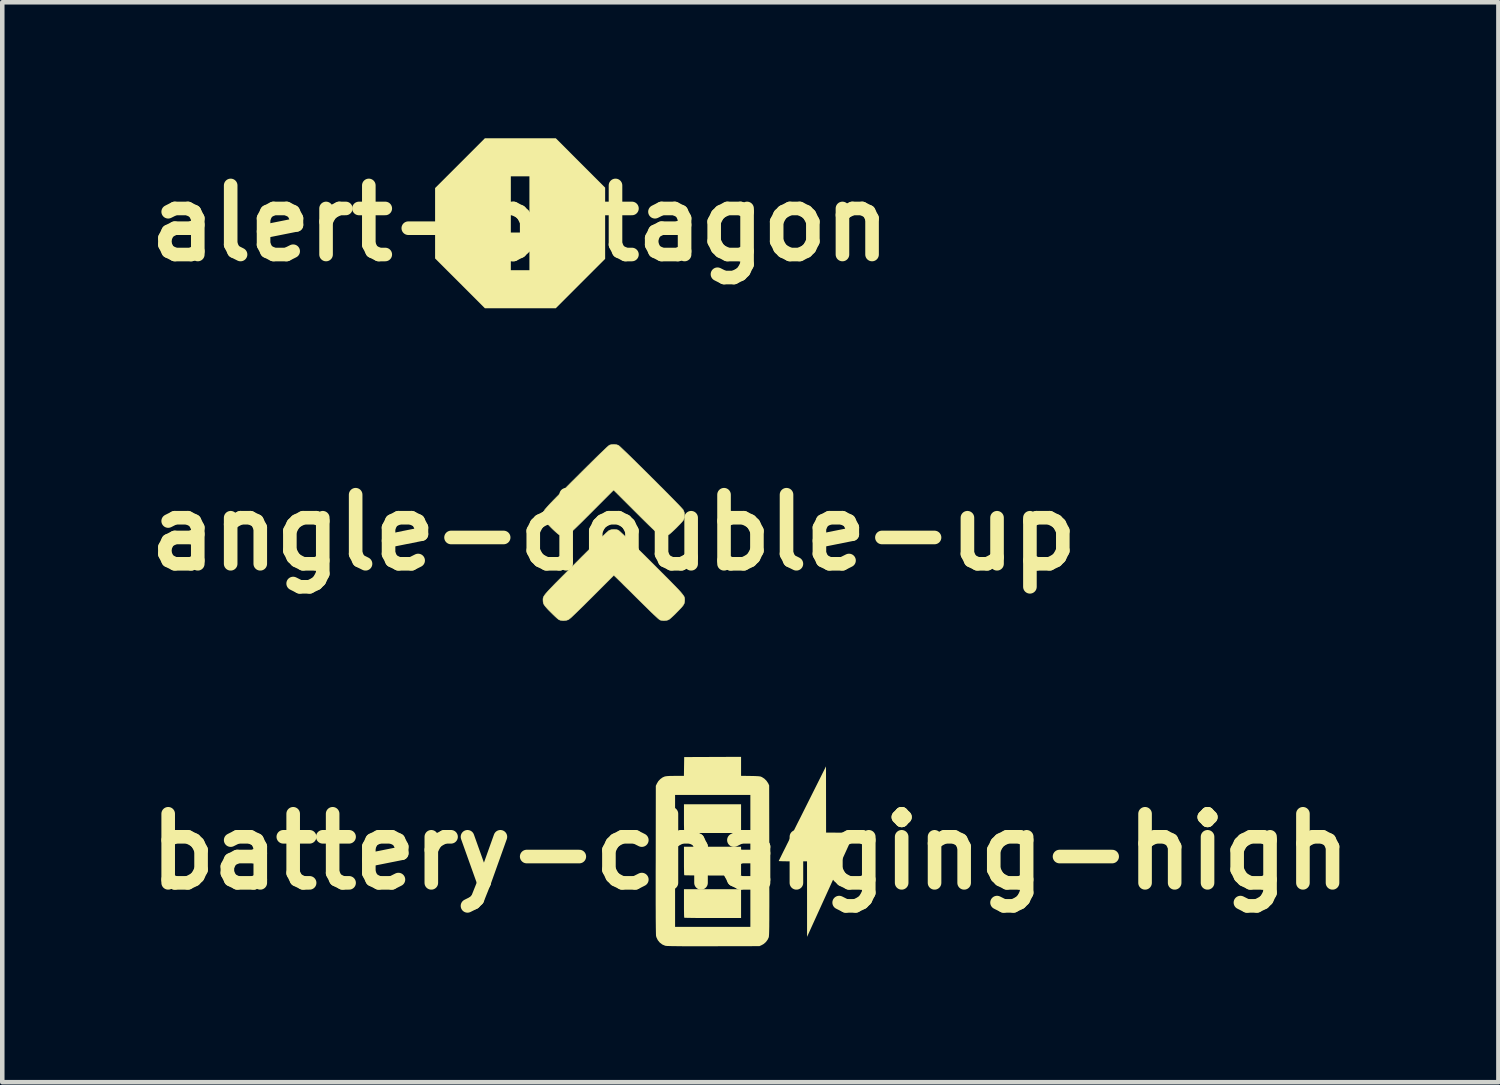
<source format=kicad_pcb>
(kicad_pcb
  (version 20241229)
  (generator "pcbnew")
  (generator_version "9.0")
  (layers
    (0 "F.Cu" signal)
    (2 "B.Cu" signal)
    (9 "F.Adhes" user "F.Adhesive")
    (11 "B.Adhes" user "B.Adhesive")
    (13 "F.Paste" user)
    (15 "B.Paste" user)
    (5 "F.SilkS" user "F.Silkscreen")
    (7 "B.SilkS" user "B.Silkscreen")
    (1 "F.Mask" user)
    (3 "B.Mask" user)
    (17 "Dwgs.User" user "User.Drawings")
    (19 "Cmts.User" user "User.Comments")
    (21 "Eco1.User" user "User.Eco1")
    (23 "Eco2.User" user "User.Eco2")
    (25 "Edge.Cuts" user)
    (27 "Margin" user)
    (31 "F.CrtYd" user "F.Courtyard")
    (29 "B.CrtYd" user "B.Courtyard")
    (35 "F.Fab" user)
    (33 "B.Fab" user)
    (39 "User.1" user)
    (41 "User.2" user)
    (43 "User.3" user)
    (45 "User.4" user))
  (footprint "battery-charging-high"
    (layer "F.Cu")
    (at 13.506 15.74)
    (property "Reference" "battery-charging-high" (at 0 0 0) (layer "F.SilkS") (effects (font (size 1.524 1.524) (thickness 0.3))))
    (attr board_only exclude_from_pos_files exclude_from_bom)
    (fp_poly (pts (xy -0.205 -0.41) (xy -0.829 -0.41) (xy -0.937 -0.41) (xy -1.04 -0.411) (xy -1.136 -0.411) (xy -1.222 -0.412) (xy -1.297 -0.413) (xy -1.36 -0.413) (xy -1.409 -0.414) (xy -1.442 -0.415) (xy -1.458 -0.417) (xy -1.459 -0.417) (xy -1.46 -0.428) (xy -1.462 -0.456) (xy -1.463 -0.499) (xy -1.464 -0.554) (xy -1.465 -0.62) (xy -1.465 -0.693) (xy -1.465 -0.734) (xy -1.465 -1.045) (xy -0.205 -1.045)) (stroke (width 0) (type solid)) (fill yes) (layer "F.SilkS"))
    (fp_poly (pts (xy -0.205 0.528) (xy -0.829 0.528) (xy -0.937 0.527) (xy -1.04 0.527) (xy -1.136 0.527) (xy -1.222 0.526) (xy -1.297 0.525) (xy -1.36 0.524) (xy -1.409 0.524) (xy -1.442 0.522) (xy -1.458 0.521) (xy -1.459 0.521) (xy -1.46 0.51) (xy -1.462 0.482) (xy -1.463 0.439) (xy -1.464 0.384) (xy -1.465 0.318) (xy -1.465 0.245) (xy -1.465 0.204) (xy -1.465 -0.107) (xy -0.205 -0.107)) (stroke (width 0) (type solid)) (fill yes) (layer "F.SilkS"))
    (fp_poly (pts (xy -0.205 1.465) (xy -0.829 1.465) (xy -0.937 1.465) (xy -1.04 1.465) (xy -1.136 1.465) (xy -1.222 1.464) (xy -1.297 1.463) (xy -1.36 1.462) (xy -1.409 1.461) (xy -1.442 1.46) (xy -1.458 1.459) (xy -1.459 1.459) (xy -1.46 1.448) (xy -1.462 1.42) (xy -1.463 1.377) (xy -1.464 1.321) (xy -1.465 1.256) (xy -1.465 1.183) (xy -1.465 1.141) (xy -1.465 0.83) (xy -0.205 0.83)) (stroke (width 0) (type solid)) (fill yes) (layer "F.SilkS"))
    (fp_poly (pts (xy 1.67 -1.15) (xy 1.671 -0.42) (xy 1.983 -0.418) (xy 2.295 -0.415) (xy 1.251 1.881) (xy 1.251 1.048) (xy 1.25 0.215) (xy 0.938 0.215) (xy 0.862 0.215) (xy 0.793 0.214) (xy 0.733 0.213) (xy 0.684 0.212) (xy 0.648 0.21) (xy 0.629 0.209) (xy 0.626 0.208) (xy 0.63 0.198) (xy 0.643 0.172) (xy 0.663 0.131) (xy 0.69 0.076) (xy 0.724 0.007) (xy 0.765 -0.074) (xy 0.81 -0.165) (xy 0.861 -0.267) (xy 0.916 -0.377) (xy 0.975 -0.495) (xy 1.037 -0.62) (xy 1.103 -0.75) (xy 1.148 -0.84) (xy 1.669 -1.881)) (stroke (width 0) (type solid)) (fill yes) (layer "F.SilkS"))
    (fp_poly (pts (xy -0.205 -1.672) (xy 0.002 -1.669) (xy 0.073 -1.668) (xy 0.126 -1.666) (xy 0.167 -1.664) (xy 0.196 -1.661) (xy 0.219 -1.658) (xy 0.237 -1.652) (xy 0.253 -1.645) (xy 0.254 -1.645) (xy 0.307 -1.611) (xy 0.355 -1.564) (xy 0.391 -1.511) (xy 0.395 -1.504) (xy 0.415 -1.46) (xy 0.418 0.19) (xy 0.418 0.403) (xy 0.418 0.598) (xy 0.418 0.774) (xy 0.419 0.934) (xy 0.419 1.078) (xy 0.419 1.206) (xy 0.418 1.32) (xy 0.418 1.421) (xy 0.418 1.509) (xy 0.417 1.585) (xy 0.417 1.651) (xy 0.416 1.706) (xy 0.415 1.752) (xy 0.414 1.79) (xy 0.413 1.821) (xy 0.411 1.845) (xy 0.41 1.864) (xy 0.408 1.878) (xy 0.407 1.888) (xy 0.406 1.891) (xy 0.381 1.944) (xy 0.343 1.995) (xy 0.294 2.038) (xy 0.252 2.062) (xy 0.2 2.086) (xy -0.816 2.088) (xy -0.986 2.088) (xy -1.137 2.088) (xy -1.272 2.088) (xy -1.389 2.088) (xy -1.491 2.088) (xy -1.579 2.087) (xy -1.653 2.086) (xy -1.715 2.086) (xy -1.766 2.084) (xy -1.806 2.083) (xy -1.836 2.082) (xy -1.859 2.08) (xy -1.873 2.078) (xy -1.879 2.077) (xy -1.943 2.05) (xy -1.999 2.007) (xy -2.043 1.953) (xy -2.073 1.89) (xy -2.08 1.863) (xy -2.082 1.849) (xy -2.083 1.819) (xy -2.084 1.775) (xy -2.085 1.715) (xy -2.086 1.661) (xy -1.661 1.661) (xy 0 1.661) (xy 0 -1.25) (xy -1.661 -1.25) (xy -1.661 1.661) (xy -2.086 1.661) (xy -2.086 1.64) (xy -2.087 1.549) (xy -2.088 1.441) (xy -2.088 1.316) (xy -2.089 1.175) (xy -2.089 1.015) (xy -2.089 0.838) (xy -2.089 0.642) (xy -2.089 0.427) (xy -2.088 0.194) (xy -2.088 0.181) (xy -2.086 -1.451) (xy -2.062 -1.502) (xy -2.031 -1.554) (xy -1.986 -1.601) (xy -1.936 -1.637) (xy -1.893 -1.656) (xy -1.866 -1.662) (xy -1.831 -1.666) (xy -1.785 -1.669) (xy -1.724 -1.67) (xy -1.654 -1.671) (xy -1.466 -1.671) (xy -1.46 -2.086) (xy -0.205 -2.091)) (stroke (width 0) (type solid)) (fill yes) (layer "F.SilkS")))
  (footprint "angle-double-up"
    (layer "F.Cu")
    (at 10.494 8.7)
    (property "Reference" "angle-double-up" (at 0 0 0) (layer "F.SilkS") (effects (font (size 1.524 1.524) (thickness 0.3))))
    (attr through_hole)
    (fp_poly (pts (xy 0.062 -1.937) (xy 0.101 -1.924) (xy 0.114 -1.914) (xy 0.14 -1.891) (xy 0.177 -1.856) (xy 0.224 -1.811) (xy 0.281 -1.757) (xy 0.345 -1.695) (xy 0.416 -1.626) (xy 0.493 -1.55) (xy 0.574 -1.47) (xy 0.658 -1.387) (xy 0.745 -1.301) (xy 0.832 -1.214) (xy 0.92 -1.127) (xy 1.005 -1.041) (xy 1.089 -0.958) (xy 1.168 -0.878) (xy 1.243 -0.802) (xy 1.312 -0.732) (xy 1.373 -0.669) (xy 1.427 -0.614) (xy 1.47 -0.568) (xy 1.503 -0.532) (xy 1.524 -0.508) (xy 1.532 -0.498) (xy 1.552 -0.449) (xy 1.559 -0.392) (xy 1.555 -0.333) (xy 1.539 -0.282) (xy 1.537 -0.278) (xy 1.522 -0.257) (xy 1.495 -0.225) (xy 1.46 -0.187) (xy 1.418 -0.144) (xy 1.374 -0.099) (xy 1.329 -0.056) (xy 1.286 -0.016) (xy 1.249 0.017) (xy 1.219 0.041) (xy 1.199 0.053) (xy 1.151 0.065) (xy 1.095 0.067) (xy 1.04 0.059) (xy 1.006 0.048) (xy 0.994 0.04) (xy 0.975 0.026) (xy 0.949 0.003) (xy 0.915 -0.027) (xy 0.872 -0.068) (xy 0.82 -0.118) (xy 0.757 -0.179) (xy 0.684 -0.251) (xy 0.598 -0.336) (xy 0.5 -0.434) (xy 0.479 -0.455) (xy -0.005 -0.938) (xy -0.489 -0.453) (xy -0.6 -0.342) (xy -0.698 -0.244) (xy -0.783 -0.161) (xy -0.855 -0.091) (xy -0.913 -0.036) (xy -0.958 0.006) (xy -0.99 0.034) (xy -1.009 0.048) (xy -1.011 0.05) (xy -1.061 0.064) (xy -1.117 0.068) (xy -1.172 0.061) (xy -1.207 0.049) (xy -1.227 0.035) (xy -1.258 0.009) (xy -1.297 -0.026) (xy -1.343 -0.069) (xy -1.392 -0.117) (xy -1.394 -0.12) (xy -1.447 -0.174) (xy -1.488 -0.218) (xy -1.518 -0.253) (xy -1.539 -0.282) (xy -1.552 -0.308) (xy -1.559 -0.334) (xy -1.562 -0.362) (xy -1.563 -0.391) (xy -1.563 -0.406) (xy -1.562 -0.42) (xy -1.56 -0.434) (xy -1.555 -0.449) (xy -1.547 -0.466) (xy -1.536 -0.485) (xy -1.52 -0.508) (xy -1.498 -0.534) (xy -1.47 -0.566) (xy -1.436 -0.604) (xy -1.394 -0.649) (xy -1.343 -0.702) (xy -1.283 -0.763) (xy -1.213 -0.834) (xy -1.132 -0.915) (xy -1.04 -1.007) (xy -0.936 -1.112) (xy -0.824 -1.223) (xy -0.696 -1.351) (xy -0.581 -1.465) (xy -0.479 -1.566) (xy -0.39 -1.654) (xy -0.313 -1.729) (xy -0.248 -1.791) (xy -0.195 -1.842) (xy -0.154 -1.881) (xy -0.123 -1.908) (xy -0.103 -1.924) (xy -0.096 -1.929) (xy -0.048 -1.941) (xy 0.008 -1.944) (xy 0.062 -1.937)) (stroke (width 0.01) (type solid)) (fill yes) (layer "F.SilkS"))
    (fp_poly (pts (xy 0.057 -0.064) (xy 0.096 -0.053) (xy 0.108 -0.045) (xy 0.131 -0.026) (xy 0.164 0.005) (xy 0.209 0.047) (xy 0.265 0.101) (xy 0.333 0.167) (xy 0.414 0.245) (xy 0.506 0.337) (xy 0.612 0.441) (xy 0.731 0.559) (xy 0.824 0.652) (xy 0.941 0.769) (xy 1.045 0.873) (xy 1.137 0.965) (xy 1.217 1.045) (xy 1.286 1.116) (xy 1.346 1.177) (xy 1.396 1.229) (xy 1.438 1.273) (xy 1.472 1.311) (xy 1.499 1.343) (xy 1.52 1.369) (xy 1.536 1.392) (xy 1.548 1.41) (xy 1.555 1.427) (xy 1.56 1.442) (xy 1.562 1.456) (xy 1.563 1.47) (xy 1.563 1.484) (xy 1.562 1.516) (xy 1.558 1.544) (xy 1.55 1.57) (xy 1.535 1.598) (xy 1.512 1.629) (xy 1.48 1.666) (xy 1.436 1.712) (xy 1.393 1.756) (xy 1.341 1.809) (xy 1.293 1.854) (xy 1.253 1.89) (xy 1.223 1.914) (xy 1.207 1.925) (xy 1.159 1.939) (xy 1.104 1.944) (xy 1.05 1.938) (xy 1.018 1.929) (xy 1.003 1.919) (xy 0.975 1.896) (xy 0.936 1.86) (xy 0.883 1.811) (xy 0.818 1.749) (xy 0.741 1.673) (xy 0.65 1.584) (xy 0.567 1.502) (xy 0.489 1.425) (xy 0.414 1.35) (xy 0.343 1.279) (xy 0.276 1.214) (xy 0.216 1.155) (xy 0.165 1.103) (xy 0.123 1.062) (xy 0.092 1.032) (xy 0.076 1.016) (xy -0.000017 0.943) (xy -0.481 1.424) (xy -0.582 1.524) (xy -0.669 1.611) (xy -0.745 1.685) (xy -0.81 1.748) (xy -0.864 1.8) (xy -0.908 1.842) (xy -0.943 1.875) (xy -0.971 1.898) (xy -0.991 1.914) (xy -1.005 1.923) (xy -1.006 1.924) (xy -1.058 1.939) (xy -1.117 1.944) (xy -1.173 1.937) (xy -1.206 1.926) (xy -1.228 1.912) (xy -1.26 1.885) (xy -1.302 1.846) (xy -1.352 1.798) (xy -1.393 1.757) (xy -1.447 1.703) (xy -1.487 1.659) (xy -1.517 1.624) (xy -1.538 1.594) (xy -1.552 1.568) (xy -1.559 1.542) (xy -1.562 1.514) (xy -1.563 1.485) (xy -1.563 1.47) (xy -1.562 1.456) (xy -1.559 1.442) (xy -1.555 1.428) (xy -1.547 1.412) (xy -1.536 1.393) (xy -1.52 1.371) (xy -1.499 1.344) (xy -1.471 1.312) (xy -1.437 1.274) (xy -1.395 1.23) (xy -1.344 1.177) (xy -1.285 1.116) (xy -1.215 1.046) (xy -1.134 0.964) (xy -1.042 0.872) (xy -0.938 0.768) (xy -0.832 0.662) (xy -0.707 0.536) (xy -0.594 0.424) (xy -0.495 0.325) (xy -0.407 0.239) (xy -0.332 0.165) (xy -0.268 0.103) (xy -0.214 0.052) (xy -0.172 0.011) (xy -0.139 -0.018) (xy -0.116 -0.038) (xy -0.102 -0.048) (xy -0.1 -0.049) (xy -0.053 -0.063) (xy 0.002 -0.068) (xy 0.057 -0.064)) (stroke (width 0.01) (type solid)) (fill yes) (layer "F.SilkS")))
  (footprint "alert-octagon"
    (layer "F.Cu")
    (at 8.426 1.876)
    (property "Reference" "alert-octagon" (at 0 0 0) (layer "F.SilkS") (effects (font (size 1.524 1.524) (thickness 0.3))))
    (attr board_only exclude_from_pos_files exclude_from_bom)
    (fp_poly (pts (xy 1.331 -1.331) (xy 1.876 -0.786) (xy 1.876 0.786) (xy 1.331 1.331) (xy 0.787 1.876) (xy -0.777 1.876) (xy -1.326 1.326) (xy -1.617 1.036) (xy -0.205 1.036) (xy 0.205 1.036) (xy 0.205 0.625) (xy -0.205 0.625) (xy -0.205 1.036) (xy -1.617 1.036) (xy -1.876 0.777) (xy -1.876 0.205) (xy -0.205 0.205) (xy 0.205 0.205) (xy 0.205 -1.036) (xy -0.205 -1.036) (xy -0.205 0.205) (xy -1.876 0.205) (xy -1.876 -0.777) (xy -1.326 -1.326) (xy -0.777 -1.876) (xy 0.787 -1.876)) (stroke (width 0) (type solid)) (fill yes) (layer "F.SilkS")))
  (gr_rect
    (start -3 -3)
    (end 30.011 20.828)
    (stroke (width 0.1) (type default))
    (fill no)
    (layer "Edge.Cuts")))
</source>
